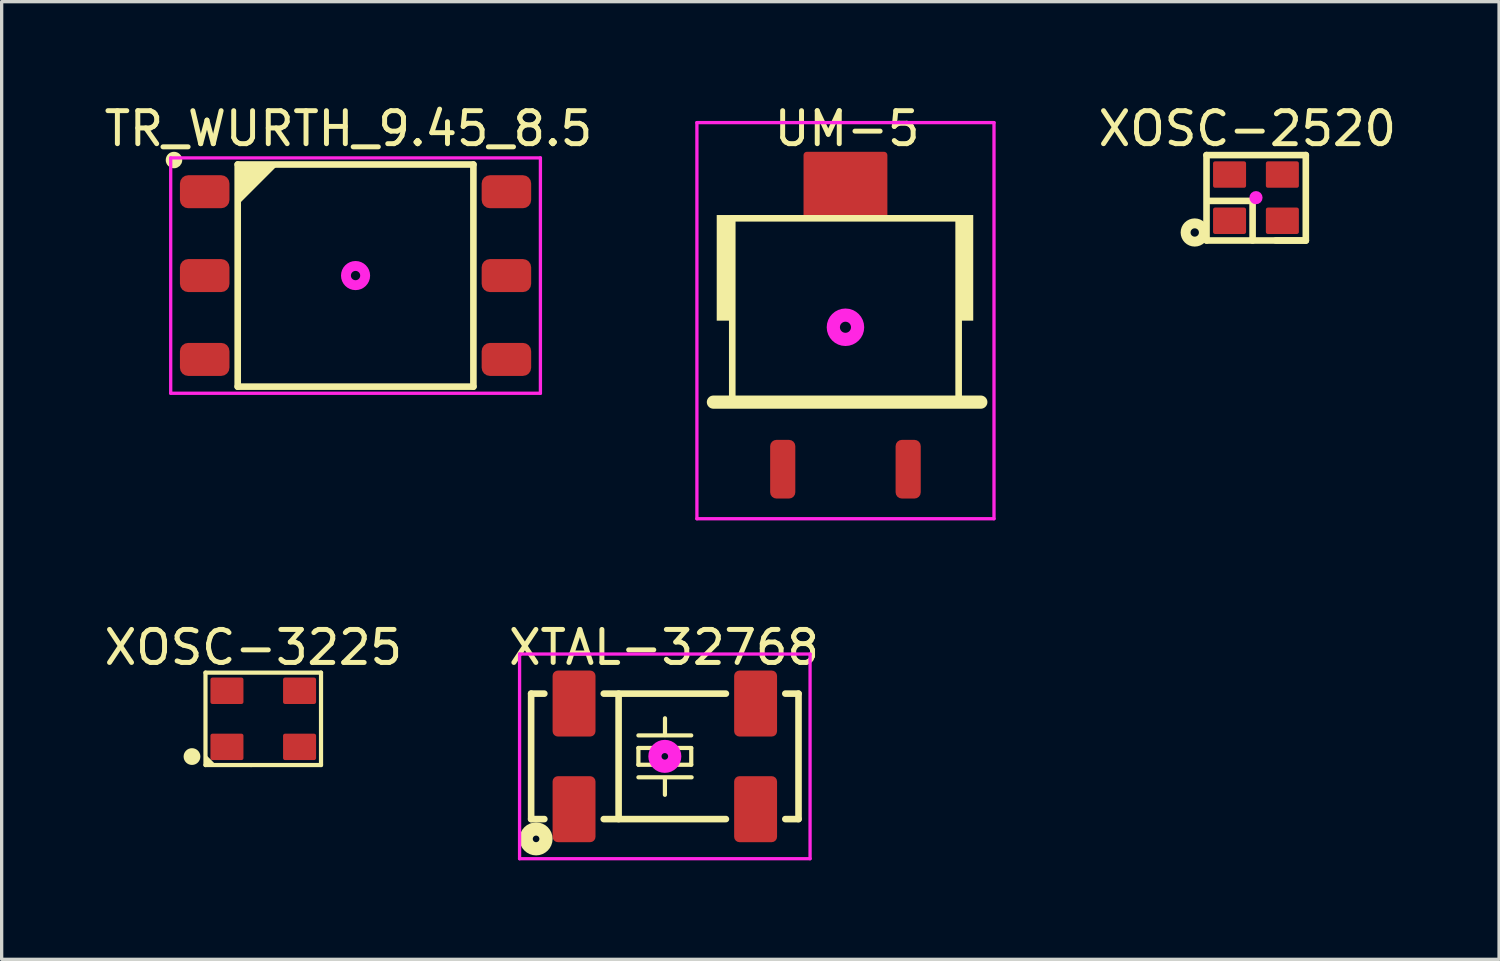
<source format=kicad_pcb>
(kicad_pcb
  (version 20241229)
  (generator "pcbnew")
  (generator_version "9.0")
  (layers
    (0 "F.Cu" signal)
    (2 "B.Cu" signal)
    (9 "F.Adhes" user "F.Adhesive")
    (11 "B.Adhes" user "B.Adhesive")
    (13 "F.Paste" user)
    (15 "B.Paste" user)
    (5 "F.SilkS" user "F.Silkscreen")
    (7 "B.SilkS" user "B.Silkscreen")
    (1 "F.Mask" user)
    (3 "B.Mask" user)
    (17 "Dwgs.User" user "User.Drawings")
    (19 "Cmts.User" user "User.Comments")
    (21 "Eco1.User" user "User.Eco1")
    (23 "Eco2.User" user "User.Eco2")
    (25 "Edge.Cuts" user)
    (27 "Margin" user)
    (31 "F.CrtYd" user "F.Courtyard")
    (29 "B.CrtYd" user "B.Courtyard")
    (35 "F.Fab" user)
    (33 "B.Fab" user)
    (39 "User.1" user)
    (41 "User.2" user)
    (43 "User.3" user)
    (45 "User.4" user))
  (footprint "UM-5"
    (layer "F.Cu")
    (at 22.562 6.864)
    (property "Reference" "UM-5" (at 0.05 -6.016 0) (layer "F.SilkS") (effects (font (size 1 1) (thickness 0.15))))
    (fp_line (start -4 2.268) (end 4.1 2.268) (stroke (width 0.4) (type solid)) (layer "F.SilkS"))
    (fp_line (start -3.429 -3.3) (end 3.429 -3.3) (stroke (width 0.2) (type solid)) (layer "F.SilkS"))
    (fp_line (start -3.429 2.268) (end -3.429 -3.3) (stroke (width 0.2) (type solid)) (layer "F.SilkS"))
    (fp_line (start 3.429 2.268) (end 3.429 -3.3) (stroke (width 0.2) (type solid)) (layer "F.SilkS"))
    (fp_rect (start -3.9 -0.2) (end -3.429 -3.4) (stroke (width 0) (type default)) (fill yes) (layer "F.SilkS"))
    (fp_rect (start 3.4 -0.2) (end 3.871 -3.4) (stroke (width 0) (type default)) (fill yes) (layer "F.SilkS"))
    (fp_line (start -4.5 -6.2) (end 4.5 -6.2) (stroke (width 0.1) (type solid)) (layer "F.CrtYd"))
    (fp_line (start -4.5 5.8) (end -4.5 -6.2) (stroke (width 0.1) (type solid)) (layer "F.CrtYd"))
    (fp_line (start -4.5 5.8) (end 4.5 5.8) (stroke (width 0.1) (type solid)) (layer "F.CrtYd"))
    (fp_line (start 4.5 5.8) (end 4.5 -6.2) (stroke (width 0.1) (type solid)) (layer "F.CrtYd"))
    (fp_circle (center 0 0) (end 0 -0.168) (stroke (width 0.4) (type solid)) (fill no) (layer "F.CrtYd"))
    (pad "1" smd roundrect (at -1.9 4.3) (size 0.762 1.778) (layers "F.Cu" "F.Mask" "F.Paste") (roundrect_rratio 0.25))
    (pad "2" smd roundrect (at 1.9 4.3) (size 0.762 1.778) (layers "F.Cu" "F.Mask" "F.Paste") (roundrect_rratio 0.25))
    (pad "3" smd roundrect (at 0 -4.3) (size 2.54 2.032) (layers "F.Cu" "F.Mask" "F.Paste") (roundrect_rratio 0.05)))
  (footprint "TR_WURTH_9.45_8.5"
    (layer "F.Cu")
    (at 7.721 5.298)
    (property "Reference" "TR_WURTH_9.45_8.5" (at -0.215 -4.45 0) (layer "F.SilkS") (effects (font (size 1 1) (thickness 0.15))))
    (fp_line (start -3.57 -3.365) (end 3.57 -3.365) (stroke (width 0.2) (type solid)) (layer "F.SilkS"))
    (fp_line (start -3.57 3.365) (end -3.57 -3.365) (stroke (width 0.2) (type solid)) (layer "F.SilkS"))
    (fp_line (start -3.57 3.365) (end 3.57 3.365) (stroke (width 0.2) (type solid)) (layer "F.SilkS"))
    (fp_line (start 3.57 3.365) (end 3.57 -3.365) (stroke (width 0.2) (type solid)) (layer "F.SilkS"))
    (fp_circle (center -5.5 -3.5) (end -5.5 -3.625) (stroke (width 0.25) (type solid)) (fill no) (layer "F.SilkS"))
    (fp_poly (pts (xy -3.57 -3.365) (xy -3.535 -3.4) (xy -2.3 -3.4) (xy -3.5 -2.2) (xy -3.6 -2.2)) (stroke (width 0) (type default)) (fill yes) (layer "F.SilkS"))
    (fp_line (start -5.6 -3.565) (end 5.6 -3.565) (stroke (width 0.1) (type solid)) (layer "F.CrtYd"))
    (fp_line (start -5.6 3.565) (end -5.6 -3.565) (stroke (width 0.1) (type solid)) (layer "F.CrtYd"))
    (fp_line (start -5.6 3.565) (end 5.6 3.565) (stroke (width 0.1) (type solid)) (layer "F.CrtYd"))
    (fp_line (start 5.6 3.565) (end 5.6 -3.565) (stroke (width 0.1) (type solid)) (layer "F.CrtYd"))
    (fp_circle (center 0 0) (end 0 -0.141) (stroke (width 0.3) (type solid)) (fill no) (layer "F.CrtYd"))
    (pad "1" smd roundrect (at -4.57 -2.54) (size 1.5 1) (layers "F.Cu" "F.Mask" "F.Paste") (roundrect_rratio 0.25))
    (pad "2" smd roundrect (at -4.57 0) (size 1.5 1) (layers "F.Cu" "F.Mask" "F.Paste") (roundrect_rratio 0.25))
    (pad "3" smd roundrect (at -4.57 2.54) (size 1.5 1) (layers "F.Cu" "F.Mask" "F.Paste") (roundrect_rratio 0.25))
    (pad "4" smd roundrect (at 4.57 2.54) (size 1.5 1) (layers "F.Cu" "F.Mask" "F.Paste") (roundrect_rratio 0.25))
    (pad "5" smd roundrect (at 4.57 0) (size 1.5 1) (layers "F.Cu" "F.Mask" "F.Paste") (roundrect_rratio 0.25))
    (pad "6" smd roundrect (at 4.57 -2.54) (size 1.5 1) (layers "F.Cu" "F.Mask" "F.Paste") (roundrect_rratio 0.25)))
  (footprint "XTAL-32768"
    (layer "F.Cu")
    (at 17.09 19.863)
    (property "Reference" "XTAL-32768" (at -0.025 -3.3 0) (layer "F.SilkS") (effects (font (size 1 1) (thickness 0.15))))
    (fp_line (start -4.05 -1.9) (end -3.65 -1.9) (stroke (width 0.2) (type solid)) (layer "F.SilkS"))
    (fp_line (start -4.05 1.9) (end -4.05 -1.9) (stroke (width 0.2) (type solid)) (layer "F.SilkS"))
    (fp_line (start -4.05 1.9) (end -3.65 1.9) (stroke (width 0.2) (type solid)) (layer "F.SilkS"))
    (fp_line (start -1.85 -1.9) (end 1.85 -1.9) (stroke (width 0.2) (type solid)) (layer "F.SilkS"))
    (fp_line (start -1.85 1.9) (end 1.85 1.9) (stroke (width 0.2) (type solid)) (layer "F.SilkS"))
    (fp_line (start -1.4 1.9) (end -1.4 -1.9) (stroke (width 0.2) (type solid)) (layer "F.SilkS"))
    (fp_line (start -0.8 -0.635) (end 0.8 -0.635) (stroke (width 0.127) (type solid)) (layer "F.SilkS"))
    (fp_line (start -0.8 -0.254) (end 0.8 -0.254) (stroke (width 0.127) (type solid)) (layer "F.SilkS"))
    (fp_line (start -0.8 0.254) (end -0.8 -0.254) (stroke (width 0.127) (type solid)) (layer "F.SilkS"))
    (fp_line (start -0.8 0.254) (end 0.8 0.254) (stroke (width 0.127) (type solid)) (layer "F.SilkS"))
    (fp_line (start -0.8 0.635) (end 0.812 0.635) (stroke (width 0.127) (type solid)) (layer "F.SilkS"))
    (fp_line (start 0.003 1.165) (end 0.003 0.657) (stroke (width 0.127) (type solid)) (layer "F.SilkS"))
    (fp_line (start 0.005 -0.645) (end 0.005 -1.153) (stroke (width 0.127) (type solid)) (layer "F.SilkS"))
    (fp_line (start 0.8 0.254) (end 0.8 -0.254) (stroke (width 0.127) (type solid)) (layer "F.SilkS"))
    (fp_line (start 3.65 -1.9) (end 4.05 -1.9) (stroke (width 0.2) (type solid)) (layer "F.SilkS"))
    (fp_line (start 3.65 1.9) (end 4.05 1.9) (stroke (width 0.2) (type solid)) (layer "F.SilkS"))
    (fp_line (start 4.05 1.9) (end 4.05 -1.9) (stroke (width 0.2) (type solid)) (layer "F.SilkS"))
    (fp_circle (center -3.9 2.5) (end -3.9 2.4) (stroke (width 0.4) (type solid)) (fill no) (layer "F.SilkS"))
    (fp_line (start -4.4 -3.1) (end 4.4 -3.1) (stroke (width 0.1) (type solid)) (layer "F.CrtYd"))
    (fp_line (start -4.4 3.1) (end -4.4 -3.1) (stroke (width 0.1) (type solid)) (layer "F.CrtYd"))
    (fp_line (start -4.4 3.1) (end 4.4 3.1) (stroke (width 0.1) (type solid)) (layer "F.CrtYd"))
    (fp_line (start 4.4 3.1) (end 4.4 -3.1) (stroke (width 0.1) (type solid)) (layer "F.CrtYd"))
    (fp_circle (center 0 0) (end 0 -0.1) (stroke (width 0.4) (type solid)) (fill no) (layer "F.CrtYd"))
    (pad "1" smd roundrect (at -2.75 1.6 180) (size 1.3 2) (layers "F.Cu" "F.Mask" "F.Paste") (roundrect_rratio 0.125))
    (pad "2" smd roundrect (at -2.75 -1.6 180) (size 1.3 2) (layers "F.Cu" "F.Mask" "F.Paste") (roundrect_rratio 0.125))
    (pad "3" smd roundrect (at 2.75 -1.6 180) (size 1.3 2) (layers "F.Cu" "F.Mask" "F.Paste") (roundrect_rratio 0.125))
    (pad "4" smd roundrect (at 2.75 1.6 180) (size 1.3 2) (layers "F.Cu" "F.Mask" "F.Paste") (roundrect_rratio 0.125)))
  (footprint "XOSC-3225"
    (layer "F.Cu")
    (at 4.925 18.726)
    (property "Reference" "XOSC-3225" (at -0.3 -2.163 0) (layer "F.SilkS") (effects (font (size 1 1) (thickness 0.15))))
    (fp_line (start -1.75 -1.4) (end 1.75 -1.4) (stroke (width 0.127) (type solid)) (layer "F.SilkS"))
    (fp_line (start -1.75 1.4) (end -1.75 -1.4) (stroke (width 0.127) (type solid)) (layer "F.SilkS"))
    (fp_line (start -1.75 1.4) (end -0.37 1.4) (stroke (width 0.127) (type solid)) (layer "F.SilkS"))
    (fp_line (start -0.37 1.4) (end 1.75 1.4) (stroke (width 0.127) (type solid)) (layer "F.SilkS"))
    (fp_line (start 1.75 1.4) (end 1.75 -1.4) (stroke (width 0.127) (type solid)) (layer "F.SilkS"))
    (fp_circle (center -2.159 1.143) (end -2.159 1.016) (stroke (width 0.254) (type solid)) (fill no) (layer "F.SilkS"))
    (fp_poly (pts (xy -1.772 1.06) (xy -1.766 1.06) (xy -1.385 1.44) (xy -1.772 1.44)) (stroke (width 0) (type default)) (fill yes) (layer "F.SilkS"))
    (pad "1" smd roundrect (at -1.1 0.85) (size 1 0.8) (layers "F.Cu" "F.Mask" "F.Paste") (roundrect_rratio 0.075))
    (pad "3" smd roundrect (at 1.1 -0.85) (size 1 0.8) (layers "F.Cu" "F.Mask" "F.Paste") (roundrect_rratio 0.075))
    (pad "S" smd roundrect (at -1.1 -0.85) (size 1 0.8) (layers "F.Cu" "F.Mask" "F.Paste") (roundrect_rratio 0.075))
    (pad "S" smd roundrect (at 1.1 0.85) (size 1 0.8) (layers "F.Cu" "F.Mask" "F.Paste") (roundrect_rratio 0.075)))
  (footprint "XOSC-2520"
    (layer "F.Cu")
    (at 34.998 2.938)
    (property "Reference" "XOSC-2520" (at -0.261 -2.09 0) (layer "F.SilkS") (effects (font (size 1 1) (thickness 0.15))))
    (fp_line (start -1.498 -1.29) (end 1.51 -1.29) (stroke (width 0.2) (type solid)) (layer "F.SilkS"))
    (fp_line (start -1.498 1.297) (end -1.498 -1.29) (stroke (width 0.2) (type solid)) (layer "F.SilkS"))
    (fp_line (start -1.498 1.297) (end 1.51 1.297) (stroke (width 0.2) (type solid)) (layer "F.SilkS"))
    (fp_line (start -1.4 0.098) (end -0.102 0.098) (stroke (width 0.2) (type solid)) (layer "F.SilkS"))
    (fp_line (start -0.102 1.297) (end -0.102 0.098) (stroke (width 0.2) (type solid)) (layer "F.SilkS"))
    (fp_line (start 0.603 1.297) (end 1.51 1.297) (stroke (width 0.2) (type solid)) (layer "F.SilkS"))
    (fp_line (start 1.51 1.297) (end 1.51 -1.29) (stroke (width 0.2) (type solid)) (layer "F.SilkS"))
    (fp_circle (center -1.855 1.055) (end -1.855 0.928) (stroke (width 0.3) (type solid)) (fill no) (layer "F.SilkS"))
    (fp_circle (center 0 0) (end 0 -0.1) (stroke (width 0.2) (type solid)) (fill no) (layer "F.CrtYd"))
    (pad "1" smd roundrect (at -0.8 0.7) (size 1 0.8) (layers "F.Cu" "F.Mask" "F.Paste") (roundrect_rratio 0.075))
    (pad "2" smd roundrect (at 0.8 0.7) (size 1 0.8) (layers "F.Cu" "F.Mask" "F.Paste") (roundrect_rratio 0.075))
    (pad "3" smd roundrect (at 0.8 -0.7) (size 1 0.8) (layers "F.Cu" "F.Mask" "F.Paste") (roundrect_rratio 0.075))
    (pad "4" smd roundrect (at -0.8 -0.7) (size 1 0.8) (layers "F.Cu" "F.Mask" "F.Paste") (roundrect_rratio 0.075)))
  (gr_rect
    (start -3 -3)
    (end 42.362 26.012)
    (stroke (width 0.1) (type default))
    (fill no)
    (layer "Edge.Cuts")))
</source>
